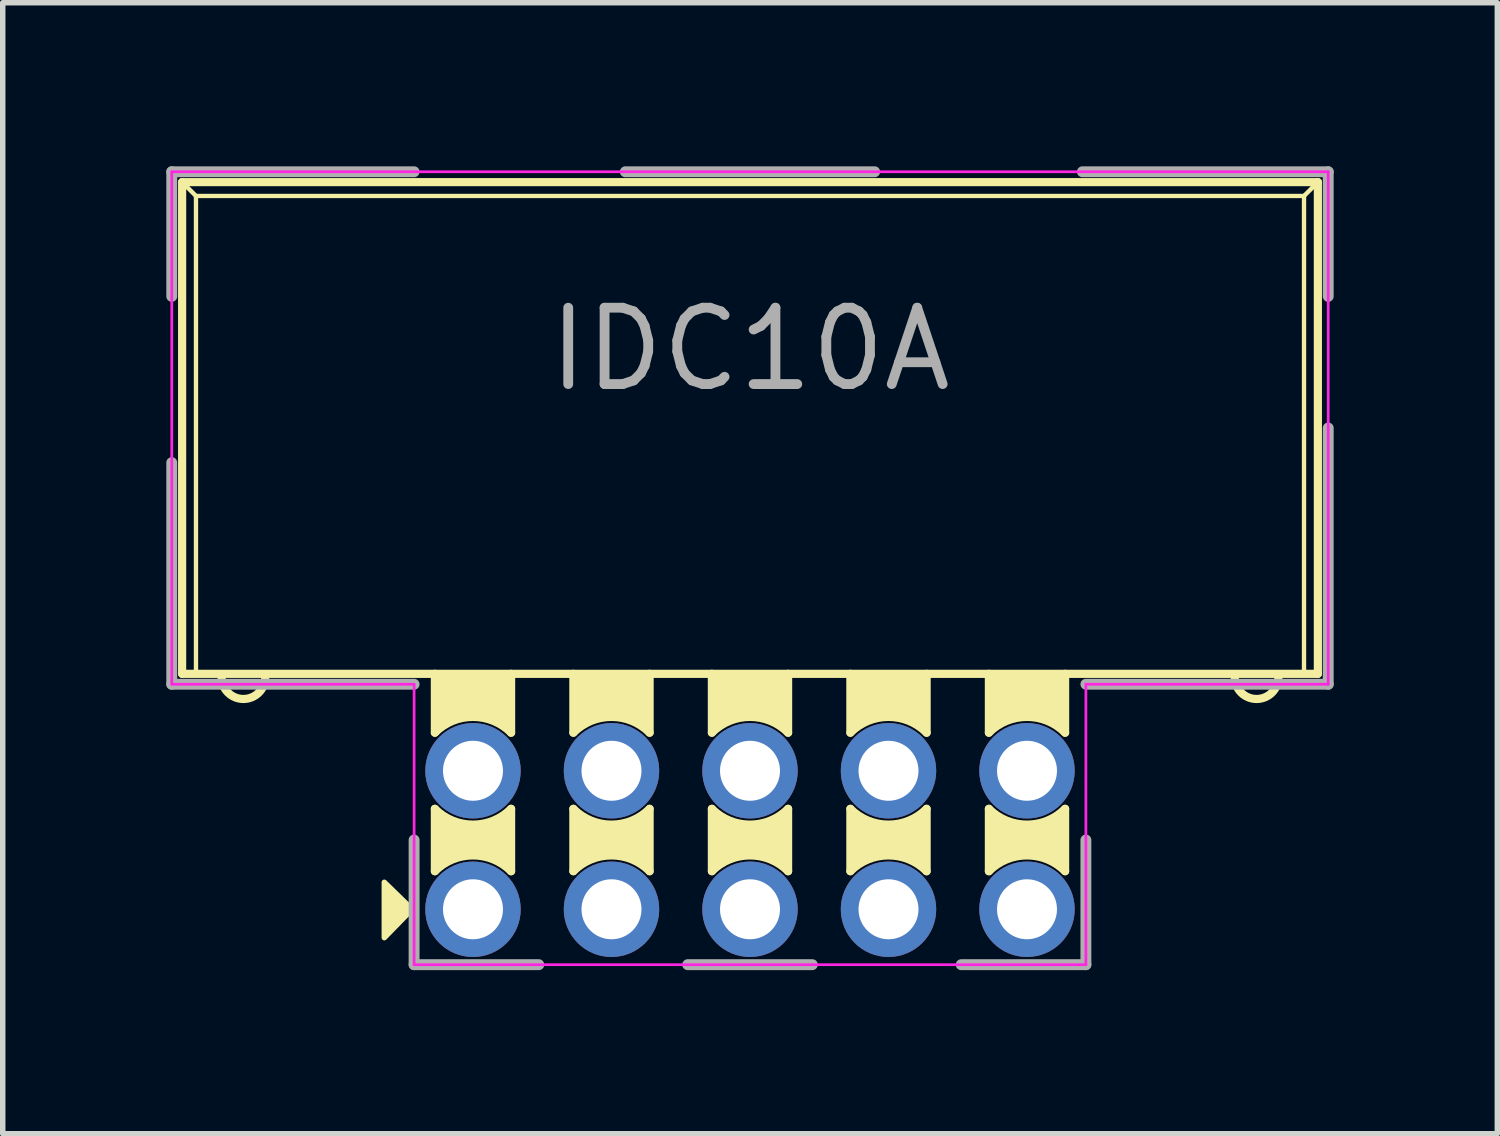
<source format=kicad_pcb>
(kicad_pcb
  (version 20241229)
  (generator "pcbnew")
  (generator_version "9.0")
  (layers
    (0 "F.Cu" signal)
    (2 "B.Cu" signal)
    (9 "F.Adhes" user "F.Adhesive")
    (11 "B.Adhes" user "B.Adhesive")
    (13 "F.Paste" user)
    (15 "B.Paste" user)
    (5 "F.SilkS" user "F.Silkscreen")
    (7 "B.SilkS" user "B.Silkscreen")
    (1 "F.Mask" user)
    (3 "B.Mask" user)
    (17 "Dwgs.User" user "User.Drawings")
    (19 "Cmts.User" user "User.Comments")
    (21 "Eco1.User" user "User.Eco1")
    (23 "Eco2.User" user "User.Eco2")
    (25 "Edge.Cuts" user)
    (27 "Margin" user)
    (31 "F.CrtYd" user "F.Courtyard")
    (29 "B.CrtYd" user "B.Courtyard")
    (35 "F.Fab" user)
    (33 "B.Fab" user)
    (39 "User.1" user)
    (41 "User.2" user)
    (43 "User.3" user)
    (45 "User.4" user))
  (footprint "IDC10A"
    (layer "F.Cu")
    (at 10.704 12.355)
    (property "Reference" "IDC10A" (at 0 -9 0) (layer "F.Fab") (effects (font (size 1.4 1.4) (thickness 0.18))))
    (attr through_hole)
    (fp_line (start -10.414 -12.065) (end -10.16 -11.811) (stroke (width 0.08) (type solid)) (layer "F.SilkS"))
    (fp_line (start -10.414 -3.048) (end -10.414 -12.065) (stroke (width 0.15) (type solid)) (layer "F.SilkS"))
    (fp_line (start -10.414 -3.048) (end 10.414 -3.048) (stroke (width 0.15) (type solid)) (layer "F.SilkS"))
    (fp_line (start -10.16 -11.811) (end -10.16 -3.048) (stroke (width 0.08) (type solid)) (layer "F.SilkS"))
    (fp_line (start -10.16 -11.811) (end 10.16 -11.811) (stroke (width 0.08) (type solid)) (layer "F.SilkS"))
    (fp_line (start -5.779 -1.968) (end -5.779 -3.048) (stroke (width 0.15) (type solid)) (layer "F.SilkS"))
    (fp_line (start -5.779 -0.572) (end -5.779 0.572) (stroke (width 0.15) (type solid)) (layer "F.SilkS"))
    (fp_line (start -5.715 0.381) (end -5.016 0.191) (stroke (width 0.15) (type solid)) (layer "F.SilkS"))
    (fp_line (start -5.652 -2.985) (end -5.652 -2.159) (stroke (width 0.15) (type solid)) (layer "F.SilkS"))
    (fp_line (start -5.652 -2.159) (end -5.016 -2.349) (stroke (width 0.15) (type solid)) (layer "F.SilkS"))
    (fp_line (start -5.652 -0.254) (end -5.144 -0.064) (stroke (width 0.15) (type solid)) (layer "F.SilkS"))
    (fp_line (start -5.652 0.254) (end -5.652 -0.254) (stroke (width 0.15) (type solid)) (layer "F.SilkS"))
    (fp_line (start -5.588 0.127) (end -5.524 -0.127) (stroke (width 0.15) (type solid)) (layer "F.SilkS"))
    (fp_line (start -5.524 -2.985) (end -5.524 -2.286) (stroke (width 0.15) (type solid)) (layer "F.SilkS"))
    (fp_line (start -5.524 -2.286) (end -5.016 -2.477) (stroke (width 0.15) (type solid)) (layer "F.SilkS"))
    (fp_line (start -5.524 -0.127) (end -4.636 0.127) (stroke (width 0.15) (type solid)) (layer "F.SilkS"))
    (fp_line (start -5.461 0) (end -4.699 0) (stroke (width 0.15) (type solid)) (layer "F.SilkS"))
    (fp_line (start -5.397 -2.857) (end -5.397 -2.477) (stroke (width 0.15) (type solid)) (layer "F.SilkS"))
    (fp_line (start -5.397 -2.477) (end -5.397 -2.413) (stroke (width 0.15) (type solid)) (layer "F.SilkS"))
    (fp_line (start -5.397 -2.413) (end -5.016 -2.603) (stroke (width 0.15) (type solid)) (layer "F.SilkS"))
    (fp_line (start -5.271 -2.731) (end -5.271 -2.54) (stroke (width 0.15) (type solid)) (layer "F.SilkS"))
    (fp_line (start -5.271 -2.54) (end -4.953 -2.667) (stroke (width 0.15) (type solid)) (layer "F.SilkS"))
    (fp_line (start -5.144 -0.064) (end -4.445 -0.254) (stroke (width 0.15) (type solid)) (layer "F.SilkS"))
    (fp_line (start -5.016 -2.603) (end -4.636 -2.413) (stroke (width 0.15) (type solid)) (layer "F.SilkS"))
    (fp_line (start -5.016 -2.477) (end -4.572 -2.286) (stroke (width 0.15) (type solid)) (layer "F.SilkS"))
    (fp_line (start -5.016 -2.349) (end -4.445 -2.159) (stroke (width 0.15) (type solid)) (layer "F.SilkS"))
    (fp_line (start -5.016 -0.191) (end -5.016 0.064) (stroke (width 0.15) (type solid)) (layer "F.SilkS"))
    (fp_line (start -5.016 -0.127) (end -5.715 -0.381) (stroke (width 0.15) (type solid)) (layer "F.SilkS"))
    (fp_line (start -5.016 0.064) (end -5.652 0.254) (stroke (width 0.15) (type solid)) (layer "F.SilkS"))
    (fp_line (start -5.016 0.191) (end -4.445 0.381) (stroke (width 0.15) (type solid)) (layer "F.SilkS"))
    (fp_line (start -4.953 -2.667) (end -4.699 -2.603) (stroke (width 0.15) (type solid)) (layer "F.SilkS"))
    (fp_line (start -4.953 0.064) (end -5.588 0.127) (stroke (width 0.15) (type solid)) (layer "F.SilkS"))
    (fp_line (start -4.699 -2.731) (end -5.271 -2.731) (stroke (width 0.15) (type solid)) (layer "F.SilkS"))
    (fp_line (start -4.699 -2.603) (end -5.207 -2.667) (stroke (width 0.15) (type solid)) (layer "F.SilkS"))
    (fp_line (start -4.636 -2.413) (end -4.699 -2.731) (stroke (width 0.15) (type solid)) (layer "F.SilkS"))
    (fp_line (start -4.636 0.127) (end -4.572 -0.127) (stroke (width 0.15) (type solid)) (layer "F.SilkS"))
    (fp_line (start -4.572 -2.857) (end -5.397 -2.857) (stroke (width 0.15) (type solid)) (layer "F.SilkS"))
    (fp_line (start -4.572 -2.286) (end -4.572 -2.857) (stroke (width 0.15) (type solid)) (layer "F.SilkS"))
    (fp_line (start -4.572 -0.127) (end -5.461 0) (stroke (width 0.15) (type solid)) (layer "F.SilkS"))
    (fp_line (start -4.572 0.254) (end -4.953 0.064) (stroke (width 0.15) (type solid)) (layer "F.SilkS"))
    (fp_line (start -4.445 -2.985) (end -5.524 -2.985) (stroke (width 0.15) (type solid)) (layer "F.SilkS"))
    (fp_line (start -4.445 -2.159) (end -4.445 -2.985) (stroke (width 0.15) (type solid)) (layer "F.SilkS"))
    (fp_line (start -4.445 -0.381) (end -5.016 -0.127) (stroke (width 0.15) (type solid)) (layer "F.SilkS"))
    (fp_line (start -4.445 -0.254) (end -4.572 0.254) (stroke (width 0.15) (type solid)) (layer "F.SilkS"))
    (fp_line (start -4.445 0.381) (end -4.445 -0.381) (stroke (width 0.15) (type solid)) (layer "F.SilkS"))
    (fp_line (start -4.381 -1.968) (end -4.381 -3.048) (stroke (width 0.15) (type solid)) (layer "F.SilkS"))
    (fp_line (start -4.381 -0.572) (end -4.381 0.572) (stroke (width 0.15) (type solid)) (layer "F.SilkS"))
    (fp_line (start -3.239 -1.968) (end -3.239 -3.048) (stroke (width 0.15) (type solid)) (layer "F.SilkS"))
    (fp_line (start -3.239 -0.572) (end -3.239 0.572) (stroke (width 0.15) (type solid)) (layer "F.SilkS"))
    (fp_line (start -3.175 0.381) (end -2.477 0.191) (stroke (width 0.15) (type solid)) (layer "F.SilkS"))
    (fp_line (start -3.111 -2.985) (end -3.111 -2.159) (stroke (width 0.15) (type solid)) (layer "F.SilkS"))
    (fp_line (start -3.111 -2.159) (end -2.477 -2.349) (stroke (width 0.15) (type solid)) (layer "F.SilkS"))
    (fp_line (start -3.111 -0.254) (end -2.603 -0.064) (stroke (width 0.15) (type solid)) (layer "F.SilkS"))
    (fp_line (start -3.111 0.254) (end -3.111 -0.254) (stroke (width 0.15) (type solid)) (layer "F.SilkS"))
    (fp_line (start -3.048 0.127) (end -2.985 -0.127) (stroke (width 0.15) (type solid)) (layer "F.SilkS"))
    (fp_line (start -2.985 -2.985) (end -2.985 -2.286) (stroke (width 0.15) (type solid)) (layer "F.SilkS"))
    (fp_line (start -2.985 -2.286) (end -2.477 -2.477) (stroke (width 0.15) (type solid)) (layer "F.SilkS"))
    (fp_line (start -2.985 -0.127) (end -2.095 0.127) (stroke (width 0.15) (type solid)) (layer "F.SilkS"))
    (fp_line (start -2.921 0) (end -2.159 0) (stroke (width 0.15) (type solid)) (layer "F.SilkS"))
    (fp_line (start -2.857 -2.857) (end -2.857 -2.477) (stroke (width 0.15) (type solid)) (layer "F.SilkS"))
    (fp_line (start -2.857 -2.477) (end -2.857 -2.413) (stroke (width 0.15) (type solid)) (layer "F.SilkS"))
    (fp_line (start -2.857 -2.413) (end -2.477 -2.603) (stroke (width 0.15) (type solid)) (layer "F.SilkS"))
    (fp_line (start -2.731 -2.731) (end -2.731 -2.54) (stroke (width 0.15) (type solid)) (layer "F.SilkS"))
    (fp_line (start -2.731 -2.54) (end -2.413 -2.667) (stroke (width 0.15) (type solid)) (layer "F.SilkS"))
    (fp_line (start -2.603 -0.064) (end -1.905 -0.254) (stroke (width 0.15) (type solid)) (layer "F.SilkS"))
    (fp_line (start -2.477 -2.603) (end -2.095 -2.413) (stroke (width 0.15) (type solid)) (layer "F.SilkS"))
    (fp_line (start -2.477 -2.477) (end -2.032 -2.286) (stroke (width 0.15) (type solid)) (layer "F.SilkS"))
    (fp_line (start -2.477 -2.349) (end -1.905 -2.159) (stroke (width 0.15) (type solid)) (layer "F.SilkS"))
    (fp_line (start -2.477 -0.191) (end -2.477 0.064) (stroke (width 0.15) (type solid)) (layer "F.SilkS"))
    (fp_line (start -2.477 -0.127) (end -3.175 -0.381) (stroke (width 0.15) (type solid)) (layer "F.SilkS"))
    (fp_line (start -2.477 0.064) (end -3.111 0.254) (stroke (width 0.15) (type solid)) (layer "F.SilkS"))
    (fp_line (start -2.477 0.191) (end -1.905 0.381) (stroke (width 0.15) (type solid)) (layer "F.SilkS"))
    (fp_line (start -2.413 -2.667) (end -2.159 -2.603) (stroke (width 0.15) (type solid)) (layer "F.SilkS"))
    (fp_line (start -2.413 0.064) (end -3.048 0.127) (stroke (width 0.15) (type solid)) (layer "F.SilkS"))
    (fp_line (start -2.159 -2.731) (end -2.731 -2.731) (stroke (width 0.15) (type solid)) (layer "F.SilkS"))
    (fp_line (start -2.159 -2.603) (end -2.667 -2.667) (stroke (width 0.15) (type solid)) (layer "F.SilkS"))
    (fp_line (start -2.095 -2.413) (end -2.159 -2.731) (stroke (width 0.15) (type solid)) (layer "F.SilkS"))
    (fp_line (start -2.095 0.127) (end -2.032 -0.127) (stroke (width 0.15) (type solid)) (layer "F.SilkS"))
    (fp_line (start -2.032 -2.857) (end -2.857 -2.857) (stroke (width 0.15) (type solid)) (layer "F.SilkS"))
    (fp_line (start -2.032 -2.286) (end -2.032 -2.857) (stroke (width 0.15) (type solid)) (layer "F.SilkS"))
    (fp_line (start -2.032 -0.127) (end -2.921 0) (stroke (width 0.15) (type solid)) (layer "F.SilkS"))
    (fp_line (start -2.032 0.254) (end -2.413 0.064) (stroke (width 0.15) (type solid)) (layer "F.SilkS"))
    (fp_line (start -1.905 -2.985) (end -2.985 -2.985) (stroke (width 0.15) (type solid)) (layer "F.SilkS"))
    (fp_line (start -1.905 -2.159) (end -1.905 -2.985) (stroke (width 0.15) (type solid)) (layer "F.SilkS"))
    (fp_line (start -1.905 -0.381) (end -2.477 -0.127) (stroke (width 0.15) (type solid)) (layer "F.SilkS"))
    (fp_line (start -1.905 -0.254) (end -2.032 0.254) (stroke (width 0.15) (type solid)) (layer "F.SilkS"))
    (fp_line (start -1.905 0.381) (end -1.905 -0.381) (stroke (width 0.15) (type solid)) (layer "F.SilkS"))
    (fp_line (start -1.841 -1.968) (end -1.841 -3.048) (stroke (width 0.15) (type solid)) (layer "F.SilkS"))
    (fp_line (start -1.841 -0.572) (end -1.841 0.572) (stroke (width 0.15) (type solid)) (layer "F.SilkS"))
    (fp_line (start -0.699 -1.968) (end -0.699 -3.048) (stroke (width 0.15) (type solid)) (layer "F.SilkS"))
    (fp_line (start -0.699 -0.572) (end -0.699 0.572) (stroke (width 0.15) (type solid)) (layer "F.SilkS"))
    (fp_line (start -0.635 0.381) (end 0.064 0.191) (stroke (width 0.15) (type solid)) (layer "F.SilkS"))
    (fp_line (start -0.572 -2.985) (end -0.572 -2.159) (stroke (width 0.15) (type solid)) (layer "F.SilkS"))
    (fp_line (start -0.572 -2.159) (end 0.064 -2.349) (stroke (width 0.15) (type solid)) (layer "F.SilkS"))
    (fp_line (start -0.572 -0.254) (end -0.064 -0.064) (stroke (width 0.15) (type solid)) (layer "F.SilkS"))
    (fp_line (start -0.572 0.254) (end -0.572 -0.254) (stroke (width 0.15) (type solid)) (layer "F.SilkS"))
    (fp_line (start -0.508 0.127) (end -0.445 -0.127) (stroke (width 0.15) (type solid)) (layer "F.SilkS"))
    (fp_line (start -0.445 -2.985) (end -0.445 -2.286) (stroke (width 0.15) (type solid)) (layer "F.SilkS"))
    (fp_line (start -0.445 -2.286) (end 0.064 -2.477) (stroke (width 0.15) (type solid)) (layer "F.SilkS"))
    (fp_line (start -0.445 -0.127) (end 0.445 0.127) (stroke (width 0.15) (type solid)) (layer "F.SilkS"))
    (fp_line (start -0.381 0) (end 0.381 0) (stroke (width 0.15) (type solid)) (layer "F.SilkS"))
    (fp_line (start -0.318 -2.857) (end -0.318 -2.477) (stroke (width 0.15) (type solid)) (layer "F.SilkS"))
    (fp_line (start -0.318 -2.477) (end -0.318 -2.413) (stroke (width 0.15) (type solid)) (layer "F.SilkS"))
    (fp_line (start -0.318 -2.413) (end 0.064 -2.603) (stroke (width 0.15) (type solid)) (layer "F.SilkS"))
    (fp_line (start -0.191 -2.731) (end -0.191 -2.54) (stroke (width 0.15) (type solid)) (layer "F.SilkS"))
    (fp_line (start -0.191 -2.54) (end 0.127 -2.667) (stroke (width 0.15) (type solid)) (layer "F.SilkS"))
    (fp_line (start -0.064 -0.064) (end 0.635 -0.254) (stroke (width 0.15) (type solid)) (layer "F.SilkS"))
    (fp_line (start 0.064 -2.603) (end 0.445 -2.413) (stroke (width 0.15) (type solid)) (layer "F.SilkS"))
    (fp_line (start 0.064 -2.477) (end 0.508 -2.286) (stroke (width 0.15) (type solid)) (layer "F.SilkS"))
    (fp_line (start 0.064 -2.349) (end 0.635 -2.159) (stroke (width 0.15) (type solid)) (layer "F.SilkS"))
    (fp_line (start 0.064 -0.191) (end 0.064 0.064) (stroke (width 0.15) (type solid)) (layer "F.SilkS"))
    (fp_line (start 0.064 -0.127) (end -0.635 -0.381) (stroke (width 0.15) (type solid)) (layer "F.SilkS"))
    (fp_line (start 0.064 0.064) (end -0.572 0.254) (stroke (width 0.15) (type solid)) (layer "F.SilkS"))
    (fp_line (start 0.064 0.191) (end 0.635 0.381) (stroke (width 0.15) (type solid)) (layer "F.SilkS"))
    (fp_line (start 0.127 -2.667) (end 0.381 -2.603) (stroke (width 0.15) (type solid)) (layer "F.SilkS"))
    (fp_line (start 0.127 0.064) (end -0.508 0.127) (stroke (width 0.15) (type solid)) (layer "F.SilkS"))
    (fp_line (start 0.381 -2.731) (end -0.191 -2.731) (stroke (width 0.15) (type solid)) (layer "F.SilkS"))
    (fp_line (start 0.381 -2.603) (end -0.127 -2.667) (stroke (width 0.15) (type solid)) (layer "F.SilkS"))
    (fp_line (start 0.445 -2.413) (end 0.381 -2.731) (stroke (width 0.15) (type solid)) (layer "F.SilkS"))
    (fp_line (start 0.445 0.127) (end 0.508 -0.127) (stroke (width 0.15) (type solid)) (layer "F.SilkS"))
    (fp_line (start 0.508 -2.857) (end -0.318 -2.857) (stroke (width 0.15) (type solid)) (layer "F.SilkS"))
    (fp_line (start 0.508 -2.286) (end 0.508 -2.857) (stroke (width 0.15) (type solid)) (layer "F.SilkS"))
    (fp_line (start 0.508 -0.127) (end -0.381 0) (stroke (width 0.15) (type solid)) (layer "F.SilkS"))
    (fp_line (start 0.508 0.254) (end 0.127 0.064) (stroke (width 0.15) (type solid)) (layer "F.SilkS"))
    (fp_line (start 0.635 -2.985) (end -0.445 -2.985) (stroke (width 0.15) (type solid)) (layer "F.SilkS"))
    (fp_line (start 0.635 -2.159) (end 0.635 -2.985) (stroke (width 0.15) (type solid)) (layer "F.SilkS"))
    (fp_line (start 0.635 -0.381) (end 0.064 -0.127) (stroke (width 0.15) (type solid)) (layer "F.SilkS"))
    (fp_line (start 0.635 -0.254) (end 0.508 0.254) (stroke (width 0.15) (type solid)) (layer "F.SilkS"))
    (fp_line (start 0.635 0.381) (end 0.635 -0.381) (stroke (width 0.15) (type solid)) (layer "F.SilkS"))
    (fp_line (start 0.699 -1.968) (end 0.699 -3.048) (stroke (width 0.15) (type solid)) (layer "F.SilkS"))
    (fp_line (start 0.699 -0.572) (end 0.699 0.572) (stroke (width 0.15) (type solid)) (layer "F.SilkS"))
    (fp_line (start 1.841 -1.968) (end 1.841 -3.048) (stroke (width 0.15) (type solid)) (layer "F.SilkS"))
    (fp_line (start 1.841 -0.572) (end 1.841 0.572) (stroke (width 0.15) (type solid)) (layer "F.SilkS"))
    (fp_line (start 1.905 0.381) (end 2.603 0.191) (stroke (width 0.15) (type solid)) (layer "F.SilkS"))
    (fp_line (start 1.968 -2.985) (end 1.968 -2.159) (stroke (width 0.15) (type solid)) (layer "F.SilkS"))
    (fp_line (start 1.968 -2.159) (end 2.603 -2.349) (stroke (width 0.15) (type solid)) (layer "F.SilkS"))
    (fp_line (start 1.968 -0.254) (end 2.477 -0.064) (stroke (width 0.15) (type solid)) (layer "F.SilkS"))
    (fp_line (start 1.968 0.254) (end 1.968 -0.254) (stroke (width 0.15) (type solid)) (layer "F.SilkS"))
    (fp_line (start 2.032 0.127) (end 2.095 -0.127) (stroke (width 0.15) (type solid)) (layer "F.SilkS"))
    (fp_line (start 2.095 -2.985) (end 2.095 -2.286) (stroke (width 0.15) (type solid)) (layer "F.SilkS"))
    (fp_line (start 2.095 -2.286) (end 2.603 -2.477) (stroke (width 0.15) (type solid)) (layer "F.SilkS"))
    (fp_line (start 2.095 -0.127) (end 2.985 0.127) (stroke (width 0.15) (type solid)) (layer "F.SilkS"))
    (fp_line (start 2.159 0) (end 2.921 0) (stroke (width 0.15) (type solid)) (layer "F.SilkS"))
    (fp_line (start 2.223 -2.857) (end 2.223 -2.477) (stroke (width 0.15) (type solid)) (layer "F.SilkS"))
    (fp_line (start 2.223 -2.477) (end 2.223 -2.413) (stroke (width 0.15) (type solid)) (layer "F.SilkS"))
    (fp_line (start 2.223 -2.413) (end 2.603 -2.603) (stroke (width 0.15) (type solid)) (layer "F.SilkS"))
    (fp_line (start 2.349 -2.731) (end 2.349 -2.54) (stroke (width 0.15) (type solid)) (layer "F.SilkS"))
    (fp_line (start 2.349 -2.54) (end 2.667 -2.667) (stroke (width 0.15) (type solid)) (layer "F.SilkS"))
    (fp_line (start 2.477 -0.064) (end 3.175 -0.254) (stroke (width 0.15) (type solid)) (layer "F.SilkS"))
    (fp_line (start 2.603 -2.603) (end 2.985 -2.413) (stroke (width 0.15) (type solid)) (layer "F.SilkS"))
    (fp_line (start 2.603 -2.477) (end 3.048 -2.286) (stroke (width 0.15) (type solid)) (layer "F.SilkS"))
    (fp_line (start 2.603 -2.349) (end 3.175 -2.159) (stroke (width 0.15) (type solid)) (layer "F.SilkS"))
    (fp_line (start 2.603 -0.191) (end 2.603 0.064) (stroke (width 0.15) (type solid)) (layer "F.SilkS"))
    (fp_line (start 2.603 -0.127) (end 1.905 -0.381) (stroke (width 0.15) (type solid)) (layer "F.SilkS"))
    (fp_line (start 2.603 0.064) (end 1.968 0.254) (stroke (width 0.15) (type solid)) (layer "F.SilkS"))
    (fp_line (start 2.603 0.191) (end 3.175 0.381) (stroke (width 0.15) (type solid)) (layer "F.SilkS"))
    (fp_line (start 2.667 -2.667) (end 2.921 -2.603) (stroke (width 0.15) (type solid)) (layer "F.SilkS"))
    (fp_line (start 2.667 0.064) (end 2.032 0.127) (stroke (width 0.15) (type solid)) (layer "F.SilkS"))
    (fp_line (start 2.921 -2.731) (end 2.349 -2.731) (stroke (width 0.15) (type solid)) (layer "F.SilkS"))
    (fp_line (start 2.921 -2.603) (end 2.413 -2.667) (stroke (width 0.15) (type solid)) (layer "F.SilkS"))
    (fp_line (start 2.985 -2.413) (end 2.921 -2.731) (stroke (width 0.15) (type solid)) (layer "F.SilkS"))
    (fp_line (start 2.985 0.127) (end 3.048 -0.127) (stroke (width 0.15) (type solid)) (layer "F.SilkS"))
    (fp_line (start 3.048 -2.857) (end 2.223 -2.857) (stroke (width 0.15) (type solid)) (layer "F.SilkS"))
    (fp_line (start 3.048 -2.286) (end 3.048 -2.857) (stroke (width 0.15) (type solid)) (layer "F.SilkS"))
    (fp_line (start 3.048 -0.127) (end 2.159 0) (stroke (width 0.15) (type solid)) (layer "F.SilkS"))
    (fp_line (start 3.048 0.254) (end 2.667 0.064) (stroke (width 0.15) (type solid)) (layer "F.SilkS"))
    (fp_line (start 3.175 -2.985) (end 2.095 -2.985) (stroke (width 0.15) (type solid)) (layer "F.SilkS"))
    (fp_line (start 3.175 -2.159) (end 3.175 -2.985) (stroke (width 0.15) (type solid)) (layer "F.SilkS"))
    (fp_line (start 3.175 -0.381) (end 2.603 -0.127) (stroke (width 0.15) (type solid)) (layer "F.SilkS"))
    (fp_line (start 3.175 -0.254) (end 3.048 0.254) (stroke (width 0.15) (type solid)) (layer "F.SilkS"))
    (fp_line (start 3.175 0.381) (end 3.175 -0.381) (stroke (width 0.15) (type solid)) (layer "F.SilkS"))
    (fp_line (start 3.239 -1.968) (end 3.239 -3.048) (stroke (width 0.15) (type solid)) (layer "F.SilkS"))
    (fp_line (start 3.239 -0.572) (end 3.239 0.572) (stroke (width 0.15) (type solid)) (layer "F.SilkS"))
    (fp_line (start 4.381 -1.968) (end 4.381 -3.048) (stroke (width 0.15) (type solid)) (layer "F.SilkS"))
    (fp_line (start 4.381 -0.572) (end 4.381 0.572) (stroke (width 0.15) (type solid)) (layer "F.SilkS"))
    (fp_line (start 4.445 0.381) (end 5.144 0.191) (stroke (width 0.15) (type solid)) (layer "F.SilkS"))
    (fp_line (start 4.508 -2.985) (end 4.508 -2.159) (stroke (width 0.15) (type solid)) (layer "F.SilkS"))
    (fp_line (start 4.508 -2.159) (end 5.144 -2.349) (stroke (width 0.15) (type solid)) (layer "F.SilkS"))
    (fp_line (start 4.508 -0.254) (end 5.016 -0.064) (stroke (width 0.15) (type solid)) (layer "F.SilkS"))
    (fp_line (start 4.508 0.254) (end 4.508 -0.254) (stroke (width 0.15) (type solid)) (layer "F.SilkS"))
    (fp_line (start 4.572 0.127) (end 4.636 -0.127) (stroke (width 0.15) (type solid)) (layer "F.SilkS"))
    (fp_line (start 4.636 -2.985) (end 4.636 -2.286) (stroke (width 0.15) (type solid)) (layer "F.SilkS"))
    (fp_line (start 4.636 -2.286) (end 5.144 -2.477) (stroke (width 0.15) (type solid)) (layer "F.SilkS"))
    (fp_line (start 4.636 -0.127) (end 5.524 0.127) (stroke (width 0.15) (type solid)) (layer "F.SilkS"))
    (fp_line (start 4.699 0) (end 5.461 0) (stroke (width 0.15) (type solid)) (layer "F.SilkS"))
    (fp_line (start 4.763 -2.857) (end 4.763 -2.477) (stroke (width 0.15) (type solid)) (layer "F.SilkS"))
    (fp_line (start 4.763 -2.477) (end 4.763 -2.413) (stroke (width 0.15) (type solid)) (layer "F.SilkS"))
    (fp_line (start 4.763 -2.413) (end 5.144 -2.603) (stroke (width 0.15) (type solid)) (layer "F.SilkS"))
    (fp_line (start 4.889 -2.731) (end 4.889 -2.54) (stroke (width 0.15) (type solid)) (layer "F.SilkS"))
    (fp_line (start 4.889 -2.54) (end 5.207 -2.667) (stroke (width 0.15) (type solid)) (layer "F.SilkS"))
    (fp_line (start 5.016 -0.064) (end 5.715 -0.254) (stroke (width 0.15) (type solid)) (layer "F.SilkS"))
    (fp_line (start 5.144 -2.603) (end 5.524 -2.413) (stroke (width 0.15) (type solid)) (layer "F.SilkS"))
    (fp_line (start 5.144 -2.477) (end 5.588 -2.286) (stroke (width 0.15) (type solid)) (layer "F.SilkS"))
    (fp_line (start 5.144 -2.349) (end 5.715 -2.159) (stroke (width 0.15) (type solid)) (layer "F.SilkS"))
    (fp_line (start 5.144 -0.191) (end 5.144 0.064) (stroke (width 0.15) (type solid)) (layer "F.SilkS"))
    (fp_line (start 5.144 -0.127) (end 4.445 -0.381) (stroke (width 0.15) (type solid)) (layer "F.SilkS"))
    (fp_line (start 5.144 0.064) (end 4.508 0.254) (stroke (width 0.15) (type solid)) (layer "F.SilkS"))
    (fp_line (start 5.144 0.191) (end 5.715 0.381) (stroke (width 0.15) (type solid)) (layer "F.SilkS"))
    (fp_line (start 5.207 -2.667) (end 5.461 -2.603) (stroke (width 0.15) (type solid)) (layer "F.SilkS"))
    (fp_line (start 5.207 0.064) (end 4.572 0.127) (stroke (width 0.15) (type solid)) (layer "F.SilkS"))
    (fp_line (start 5.461 -2.731) (end 4.889 -2.731) (stroke (width 0.15) (type solid)) (layer "F.SilkS"))
    (fp_line (start 5.461 -2.603) (end 4.953 -2.667) (stroke (width 0.15) (type solid)) (layer "F.SilkS"))
    (fp_line (start 5.524 -2.413) (end 5.461 -2.731) (stroke (width 0.15) (type solid)) (layer "F.SilkS"))
    (fp_line (start 5.524 0.127) (end 5.588 -0.127) (stroke (width 0.15) (type solid)) (layer "F.SilkS"))
    (fp_line (start 5.588 -2.857) (end 4.763 -2.857) (stroke (width 0.15) (type solid)) (layer "F.SilkS"))
    (fp_line (start 5.588 -2.286) (end 5.588 -2.857) (stroke (width 0.15) (type solid)) (layer "F.SilkS"))
    (fp_line (start 5.588 -0.127) (end 4.699 0) (stroke (width 0.15) (type solid)) (layer "F.SilkS"))
    (fp_line (start 5.588 0.254) (end 5.207 0.064) (stroke (width 0.15) (type solid)) (layer "F.SilkS"))
    (fp_line (start 5.715 -2.985) (end 4.636 -2.985) (stroke (width 0.15) (type solid)) (layer "F.SilkS"))
    (fp_line (start 5.715 -2.159) (end 5.715 -2.985) (stroke (width 0.15) (type solid)) (layer "F.SilkS"))
    (fp_line (start 5.715 -0.381) (end 5.144 -0.127) (stroke (width 0.15) (type solid)) (layer "F.SilkS"))
    (fp_line (start 5.715 -0.254) (end 5.588 0.254) (stroke (width 0.15) (type solid)) (layer "F.SilkS"))
    (fp_line (start 5.715 0.381) (end 5.715 -0.381) (stroke (width 0.15) (type solid)) (layer "F.SilkS"))
    (fp_line (start 5.779 -1.968) (end 5.779 -3.048) (stroke (width 0.15) (type solid)) (layer "F.SilkS"))
    (fp_line (start 5.779 -0.572) (end 5.779 0.572) (stroke (width 0.15) (type solid)) (layer "F.SilkS"))
    (fp_line (start 10.16 -11.811) (end 10.16 -3.048) (stroke (width 0.08) (type solid)) (layer "F.SilkS"))
    (fp_line (start 10.16 -11.811) (end 10.414 -12.065) (stroke (width 0.08) (type solid)) (layer "F.SilkS"))
    (fp_line (start 10.414 -12.065) (end -10.414 -12.065) (stroke (width 0.15) (type solid)) (layer "F.SilkS"))
    (fp_line (start 10.414 -3.048) (end 10.414 -12.065) (stroke (width 0.15) (type solid)) (layer "F.SilkS"))
    (fp_arc (start -8.89 -2.9865) (mid -9.29 -2.5865) (end -9.69 -2.9865) (stroke (width 0.15) (type solid)) (layer "F.SilkS"))
    (fp_arc (start -5.7785 -1.9685) (mid -5.08 -2.257828) (end -4.3815 -1.9685) (stroke (width 0.15) (type solid)) (layer "F.SilkS"))
    (fp_arc (start -5.7785 0.5715) (mid -5.08 0.282172) (end -4.3815 0.5715) (stroke (width 0.15) (type solid)) (layer "F.SilkS"))
    (fp_arc (start -4.3815 -0.5715) (mid -5.08 -0.282172) (end -5.7785 -0.5715) (stroke (width 0.15) (type solid)) (layer "F.SilkS"))
    (fp_arc (start -3.2385 -1.9685) (mid -2.54 -2.257828) (end -1.8415 -1.9685) (stroke (width 0.15) (type solid)) (layer "F.SilkS"))
    (fp_arc (start -3.2385 0.5715) (mid -2.54 0.282172) (end -1.8415 0.5715) (stroke (width 0.15) (type solid)) (layer "F.SilkS"))
    (fp_arc (start -1.8415 -0.5715) (mid -2.54 -0.282172) (end -3.2385 -0.5715) (stroke (width 0.15) (type solid)) (layer "F.SilkS"))
    (fp_arc (start -0.6985 -1.9685) (mid 0 -2.257828) (end 0.6985 -1.9685) (stroke (width 0.15) (type solid)) (layer "F.SilkS"))
    (fp_arc (start -0.6985 0.5715) (mid 0 0.282172) (end 0.6985 0.5715) (stroke (width 0.15) (type solid)) (layer "F.SilkS"))
    (fp_arc (start 0.6985 -0.5715) (mid 0 -0.282172) (end -0.6985 -0.5715) (stroke (width 0.15) (type solid)) (layer "F.SilkS"))
    (fp_arc (start 1.8415 -1.9685) (mid 2.54 -2.257828) (end 3.2385 -1.9685) (stroke (width 0.15) (type solid)) (layer "F.SilkS"))
    (fp_arc (start 1.8415 0.5715) (mid 2.54 0.282172) (end 3.2385 0.5715) (stroke (width 0.15) (type solid)) (layer "F.SilkS"))
    (fp_arc (start 3.2385 -0.5715) (mid 2.54 -0.282172) (end 1.8415 -0.5715) (stroke (width 0.15) (type solid)) (layer "F.SilkS"))
    (fp_arc (start 4.3815 -1.9685) (mid 5.08 -2.257828) (end 5.7785 -1.9685) (stroke (width 0.15) (type solid)) (layer "F.SilkS"))
    (fp_arc (start 4.3815 0.5715) (mid 5.08 0.282172) (end 5.7785 0.5715) (stroke (width 0.15) (type solid)) (layer "F.SilkS"))
    (fp_arc (start 5.7785 -0.5715) (mid 5.08 -0.282172) (end 4.3815 -0.5715) (stroke (width 0.15) (type solid)) (layer "F.SilkS"))
    (fp_arc (start 9.69 -2.9865) (mid 9.29 -2.5865) (end 8.89 -2.9865) (stroke (width 0.15) (type solid)) (layer "F.SilkS"))
    (fp_poly (pts (xy -6.198 1.27) (xy -6.706 1.791) (xy -6.706 0.775)) (stroke (width 0.1) (type solid)) (fill yes) (layer "F.SilkS"))
    (fp_line (start -10.604 -12.255) (end -10.604 -2.857) (stroke (width 0.05) (type solid)) (layer "F.CrtYd"))
    (fp_line (start -10.604 -2.857) (end -6.16 -2.857) (stroke (width 0.05) (type solid)) (layer "F.CrtYd"))
    (fp_line (start -6.16 2.286) (end -6.16 -2.857) (stroke (width 0.05) (type solid)) (layer "F.CrtYd"))
    (fp_line (start 6.16 -2.857) (end 6.16 2.286) (stroke (width 0.05) (type solid)) (layer "F.CrtYd"))
    (fp_line (start 6.16 2.286) (end -6.16 2.286) (stroke (width 0.05) (type solid)) (layer "F.CrtYd"))
    (fp_line (start 10.604 -12.255) (end -10.604 -12.255) (stroke (width 0.05) (type solid)) (layer "F.CrtYd"))
    (fp_line (start 10.604 -2.857) (end 6.16 -2.857) (stroke (width 0.05) (type solid)) (layer "F.CrtYd"))
    (fp_line (start 10.604 -2.857) (end 10.604 -12.255) (stroke (width 0.05) (type solid)) (layer "F.CrtYd"))
    (fp_line (start -10.604 -12.255) (end -10.604 -9.97) (stroke (width 0.2) (type solid)) (layer "F.Fab"))
    (fp_line (start -10.604 -12.255) (end -6.16 -12.255) (stroke (width 0.2) (type solid)) (layer "F.Fab"))
    (fp_line (start -10.604 -2.857) (end -10.604 -6.921) (stroke (width 0.2) (type solid)) (layer "F.Fab"))
    (fp_line (start -6.16 -2.857) (end -10.604 -2.857) (stroke (width 0.2) (type solid)) (layer "F.Fab"))
    (fp_line (start -6.16 0) (end -6.16 2.286) (stroke (width 0.2) (type solid)) (layer "F.Fab"))
    (fp_line (start -6.16 2.286) (end -3.873 2.286) (stroke (width 0.2) (type solid)) (layer "F.Fab"))
    (fp_line (start -2.286 -12.255) (end 2.286 -12.255) (stroke (width 0.2) (type solid)) (layer "F.Fab"))
    (fp_line (start -1.143 2.286) (end 1.143 2.286) (stroke (width 0.2) (type solid)) (layer "F.Fab"))
    (fp_line (start 6.16 -2.857) (end 10.604 -2.857) (stroke (width 0.2) (type solid)) (layer "F.Fab"))
    (fp_line (start 6.16 2.286) (end 3.873 2.286) (stroke (width 0.2) (type solid)) (layer "F.Fab"))
    (fp_line (start 6.16 2.286) (end 6.16 0) (stroke (width 0.2) (type solid)) (layer "F.Fab"))
    (fp_line (start 10.604 -12.255) (end 6.096 -12.255) (stroke (width 0.2) (type solid)) (layer "F.Fab"))
    (fp_line (start 10.604 -12.255) (end 10.604 -9.97) (stroke (width 0.2) (type solid)) (layer "F.Fab"))
    (fp_line (start 10.604 -2.857) (end 10.604 -7.556) (stroke (width 0.2) (type solid)) (layer "F.Fab"))
    (pad "1" thru_hole circle (at -5.08 1.27) (size 1.75 1.75) (drill 1.1) (layers "*.Cu" "*.Mask"))
    (pad "2" thru_hole circle (at -5.08 -1.27) (size 1.75 1.75) (drill 1.1) (layers "*.Cu" "*.Mask"))
    (pad "3" thru_hole circle (at -2.54 1.27) (size 1.75 1.75) (drill 1.1) (layers "*.Cu" "*.Mask"))
    (pad "4" thru_hole circle (at -2.54 -1.27) (size 1.75 1.75) (drill 1.1) (layers "*.Cu" "*.Mask"))
    (pad "5" thru_hole circle (at 0 1.27) (size 1.75 1.75) (drill 1.1) (layers "*.Cu" "*.Mask"))
    (pad "6" thru_hole circle (at 0 -1.27) (size 1.75 1.75) (drill 1.1) (layers "*.Cu" "*.Mask"))
    (pad "7" thru_hole circle (at 2.54 1.27) (size 1.75 1.75) (drill 1.1) (layers "*.Cu" "*.Mask"))
    (pad "8" thru_hole circle (at 2.54 -1.27) (size 1.75 1.75) (drill 1.1) (layers "*.Cu" "*.Mask"))
    (pad "9" thru_hole circle (at 5.08 1.27) (size 1.75 1.75) (drill 1.1) (layers "*.Cu" "*.Mask"))
    (pad "10" thru_hole circle (at 5.08 -1.27) (size 1.75 1.75) (drill 1.1) (layers "*.Cu" "*.Mask")))
  (gr_rect
    (start -3 -3)
    (end 24.409 17.741)
    (stroke (width 0.1) (type default))
    (fill no)
    (layer "Edge.Cuts")))
</source>
